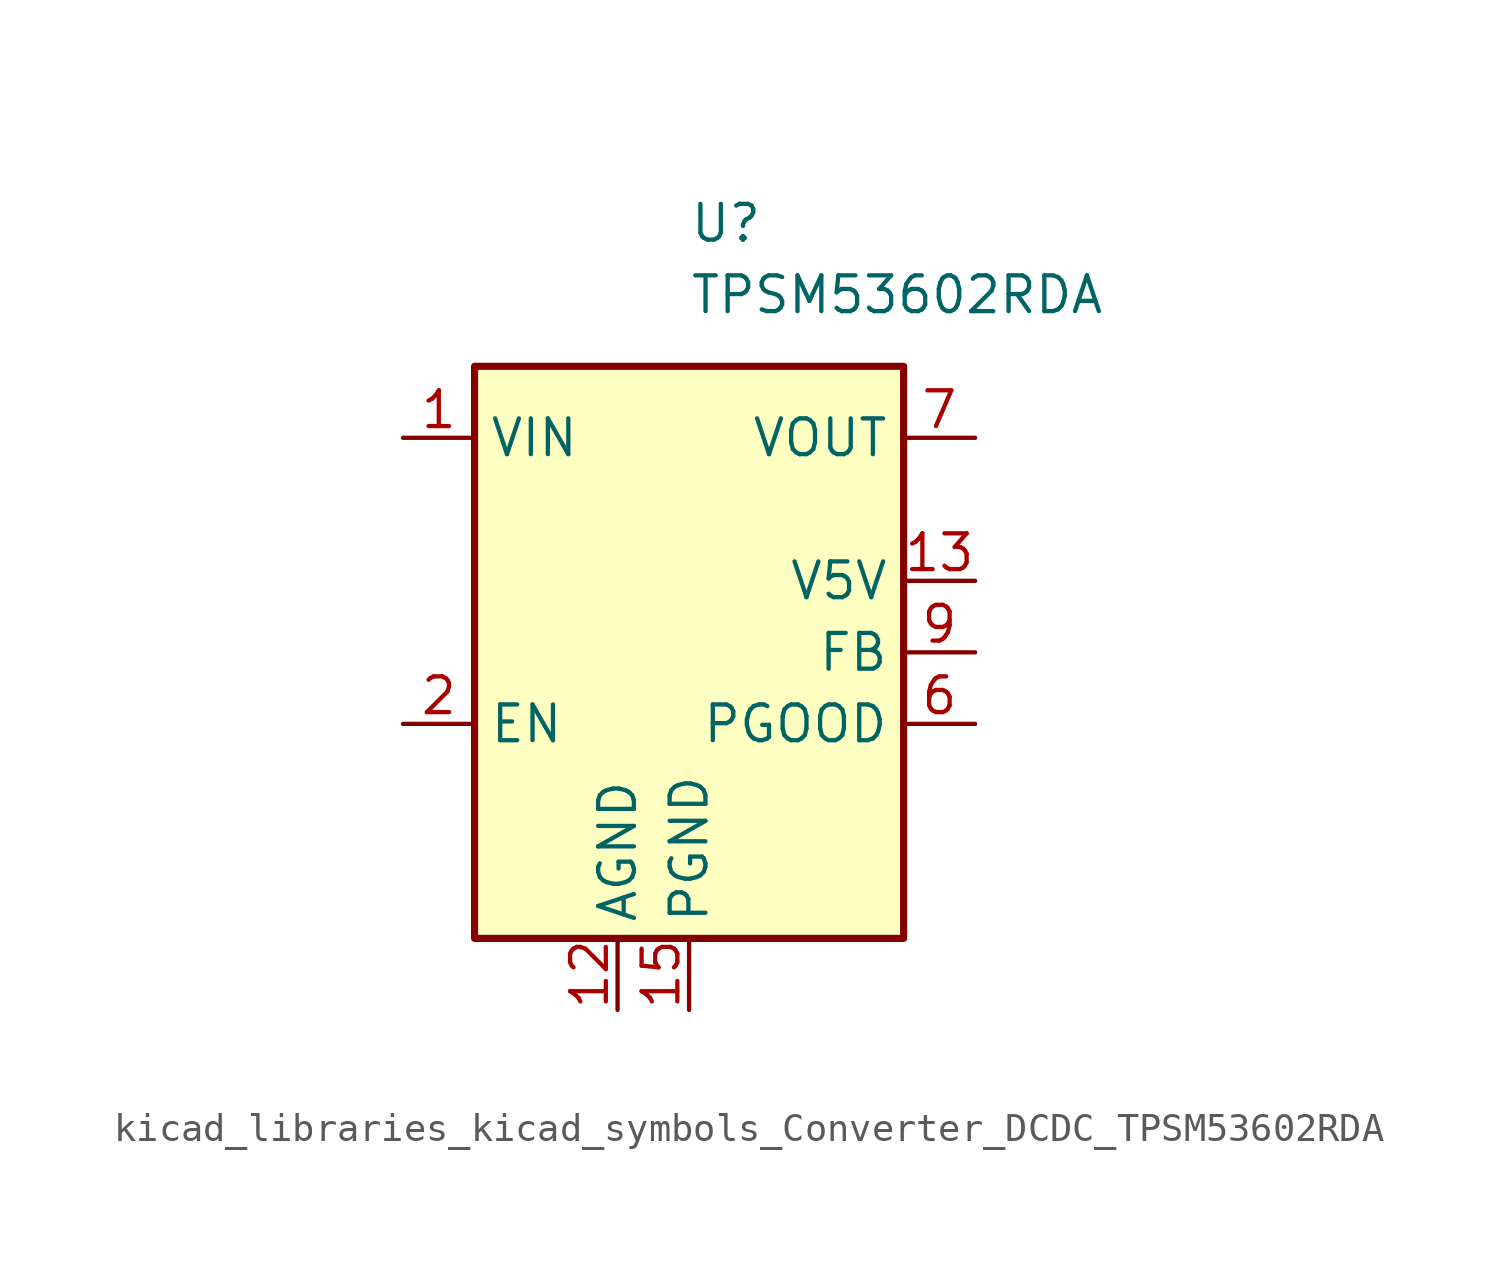
<source format=kicad_sym>
(kicad_symbol_lib
  (version 20220914)
  (generator kicad_symbol_editor)
  (symbol "kicad_libraries_kicad_symbols_Converter_DCDC_TPSM53602RDA"
    (property "Reference" "U"
      (at 0 15.24 0)
      (effects (font (size 1.27 1.27)) (justify left)))
    (property "Value" "TPSM53602RDA"
      (at 0 12.7 0)
      (effects (font (size 1.27 1.27)) (justify left)))
    (symbol "kicad_libraries_kicad_symbols_Converter_DCDC_TPSM53602RDA_0_1"
      (rectangle (start 7.62 10.16) (end -7.62 -10.16) (stroke (width 0.254) (type default)) (fill (type background))))
    (symbol "kicad_libraries_kicad_symbols_Converter_DCDC_TPSM53602RDA_1_1"
      (pin power_in line (at -10.16 7.62 0) (length 2.54) (name "VIN" (effects (font (size 1.27 1.27)))) (number "1" (effects (font (size 1.27 1.27)))))
      (pin passive line (at 0 -12.7 90) (length 2.54) hide (name "PGND" (effects (font (size 1.27 1.27)))) (number "10" (effects (font (size 1.27 1.27)))))
      (pin passive line (at 0 -12.7 90) (length 2.54) hide (name "PGND" (effects (font (size 1.27 1.27)))) (number "11" (effects (font (size 1.27 1.27)))))
      (pin power_in line (at -2.54 -12.7 90) (length 2.54) (name "AGND" (effects (font (size 1.27 1.27)))) (number "12" (effects (font (size 1.27 1.27)))))
      (pin output line (at 10.16 2.54 180) (length 2.54) (name "V5V" (effects (font (size 1.27 1.27)))) (number "13" (effects (font (size 1.27 1.27)))))
      (pin passive line (at -10.16 7.62 0) (length 2.54) hide (name "VIN" (effects (font (size 1.27 1.27)))) (number "14" (effects (font (size 1.27 1.27)))))
      (pin power_in line (at 0 -12.7 90) (length 2.54) (name "PGND" (effects (font (size 1.27 1.27)))) (number "15" (effects (font (size 1.27 1.27)))))
      (pin input line (at -10.16 -2.54 0) (length 2.54) (name "EN" (effects (font (size 1.27 1.27)))) (number "2" (effects (font (size 1.27 1.27)))))
      (pin passive line (at 0 -12.7 90) (length 2.54) hide (name "PGND" (effects (font (size 1.27 1.27)))) (number "3" (effects (font (size 1.27 1.27)))))
      (pin no_connect line (at -7.62 2.54 0) (length 2.54) hide (name "DNC" (effects (font (size 1.27 1.27)))) (number "4" (effects (font (size 1.27 1.27)))))
      (pin no_connect line (at -7.62 0 0) (length 2.54) hide (name "DNC" (effects (font (size 1.27 1.27)))) (number "5" (effects (font (size 1.27 1.27)))))
      (pin open_collector line (at 10.16 -2.54 180) (length 2.54) (name "PGOOD" (effects (font (size 1.27 1.27)))) (number "6" (effects (font (size 1.27 1.27)))))
      (pin power_out line (at 10.16 7.62 180) (length 2.54) (name "VOUT" (effects (font (size 1.27 1.27)))) (number "7" (effects (font (size 1.27 1.27)))))
      (pin passive line (at 10.16 7.62 180) (length 2.54) hide (name "VOUT" (effects (font (size 1.27 1.27)))) (number "8" (effects (font (size 1.27 1.27)))))
      (pin input line (at 10.16 0 180) (length 2.54) (name "FB" (effects (font (size 1.27 1.27)))) (number "9" (effects (font (size 1.27 1.27))))))))
</source>
